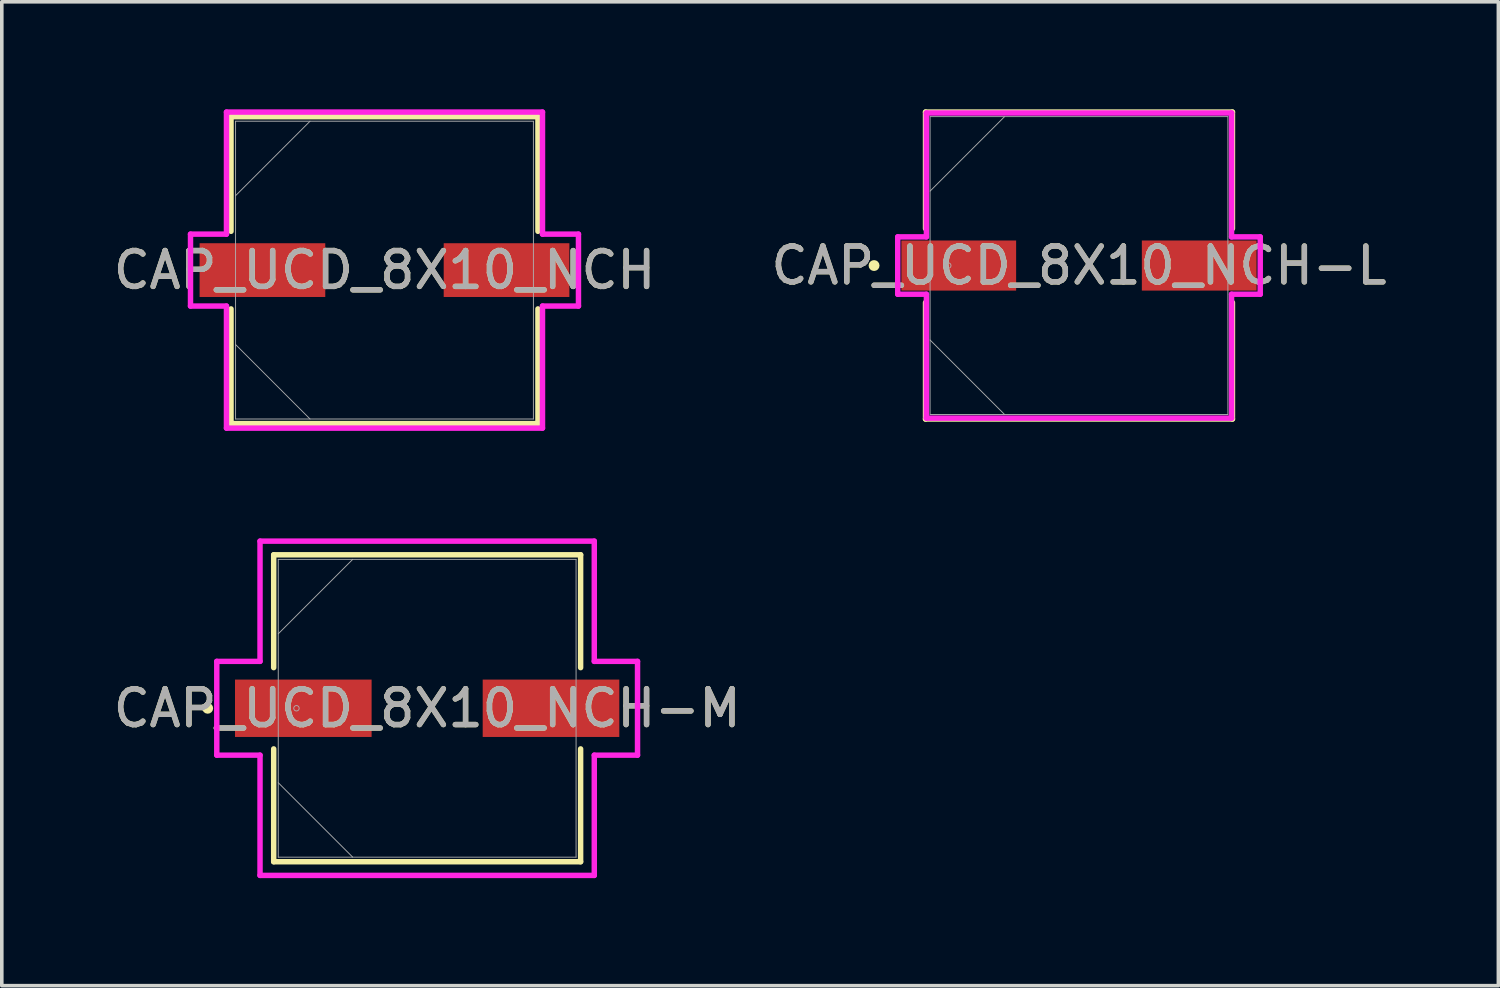
<source format=kicad_pcb>
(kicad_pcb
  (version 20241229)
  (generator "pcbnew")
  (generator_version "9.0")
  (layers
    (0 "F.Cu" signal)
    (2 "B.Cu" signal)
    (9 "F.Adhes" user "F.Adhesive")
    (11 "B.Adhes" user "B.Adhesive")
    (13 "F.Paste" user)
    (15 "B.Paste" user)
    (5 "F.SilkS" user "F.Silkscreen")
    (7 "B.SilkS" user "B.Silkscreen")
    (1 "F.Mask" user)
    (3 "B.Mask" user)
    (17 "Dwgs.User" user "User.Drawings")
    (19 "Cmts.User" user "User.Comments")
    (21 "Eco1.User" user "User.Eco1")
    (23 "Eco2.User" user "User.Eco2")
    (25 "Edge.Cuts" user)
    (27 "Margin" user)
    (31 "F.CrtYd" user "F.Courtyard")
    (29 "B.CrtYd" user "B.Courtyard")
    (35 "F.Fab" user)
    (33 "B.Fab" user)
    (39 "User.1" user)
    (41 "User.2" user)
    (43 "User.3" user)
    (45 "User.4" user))
  (footprint "CAP_UCD_8X10_NCH-L"
    (layer "F.Cu")
    (at 27.042 4.356)
    (property "Reference" "CAP_UCD_8X10_NCH-L" (at 0 0 0) (unlocked yes) (layer "F.SilkS") (effects (font (size 1 1) (thickness 0.15))))
    (attr smd)
    (fp_line (start -4.28 -4.28) (end -4.28 -1.031) (stroke (width 0.152) (type solid)) (layer "F.SilkS"))
    (fp_line (start -4.28 1.031) (end -4.28 4.28) (stroke (width 0.152) (type solid)) (layer "F.SilkS"))
    (fp_line (start -4.28 4.28) (end 4.28 4.28) (stroke (width 0.152) (type solid)) (layer "F.SilkS"))
    (fp_line (start 4.28 -4.28) (end -4.28 -4.28) (stroke (width 0.152) (type solid)) (layer "F.SilkS"))
    (fp_line (start 4.28 -1.031) (end 4.28 -4.28) (stroke (width 0.152) (type solid)) (layer "F.SilkS"))
    (fp_line (start 4.28 4.28) (end 4.28 1.031) (stroke (width 0.152) (type solid)) (layer "F.SilkS"))
    (fp_circle (center -5.715 0) (end -5.639 0) (stroke (width 0.152) (type solid)) (fill no) (layer "F.SilkS"))
    (fp_line (start -5.055 -0.8) (end -4.255 -0.8) (stroke (width 0.152) (type solid)) (layer "F.CrtYd"))
    (fp_line (start -5.055 0.8) (end -5.055 -0.8) (stroke (width 0.152) (type solid)) (layer "F.CrtYd"))
    (fp_line (start -4.255 -4.255) (end 4.255 -4.255) (stroke (width 0.152) (type solid)) (layer "F.CrtYd"))
    (fp_line (start -4.255 -0.8) (end -4.255 -4.255) (stroke (width 0.152) (type solid)) (layer "F.CrtYd"))
    (fp_line (start -4.255 0.8) (end -5.055 0.8) (stroke (width 0.152) (type solid)) (layer "F.CrtYd"))
    (fp_line (start -4.255 4.255) (end -4.255 0.8) (stroke (width 0.152) (type solid)) (layer "F.CrtYd"))
    (fp_line (start 4.255 -4.255) (end 4.255 -0.8) (stroke (width 0.152) (type solid)) (layer "F.CrtYd"))
    (fp_line (start 4.255 -0.8) (end 5.055 -0.8) (stroke (width 0.152) (type solid)) (layer "F.CrtYd"))
    (fp_line (start 4.255 0.8) (end 4.255 4.255) (stroke (width 0.152) (type solid)) (layer "F.CrtYd"))
    (fp_line (start 4.255 4.255) (end -4.255 4.255) (stroke (width 0.152) (type solid)) (layer "F.CrtYd"))
    (fp_line (start 5.055 -0.8) (end 5.055 0.8) (stroke (width 0.152) (type solid)) (layer "F.CrtYd"))
    (fp_line (start 5.055 0.8) (end 4.255 0.8) (stroke (width 0.152) (type solid)) (layer "F.CrtYd"))
    (fp_line (start -4.153 -4.153) (end -4.153 4.153) (stroke (width 0.025) (type solid)) (layer "F.Fab"))
    (fp_line (start -4.153 -2.076) (end -2.076 -4.153) (stroke (width 0.025) (type solid)) (layer "F.Fab"))
    (fp_line (start -4.153 2.076) (end -2.076 4.153) (stroke (width 0.025) (type solid)) (layer "F.Fab"))
    (fp_line (start -4.153 4.153) (end 4.153 4.153) (stroke (width 0.025) (type solid)) (layer "F.Fab"))
    (fp_line (start 4.153 -4.153) (end -4.153 -4.153) (stroke (width 0.025) (type solid)) (layer "F.Fab"))
    (fp_line (start 4.153 4.153) (end 4.153 -4.153) (stroke (width 0.025) (type solid)) (layer "F.Fab"))
    (fp_circle (center -3.645 0) (end -3.569 0) (stroke (width 0.025) (type solid)) (fill no) (layer "F.Fab"))
    (fp_text user "${REFERENCE}" (at 0 0 0) (unlocked yes) (layer "F.Fab") (effects (font (size 1 1) (thickness 0.15))))
    (pad "1" smd rect (at -3.353 0) (size 3.2 1.397) (layers "F.Cu" "F.Mask" "F.Paste"))
    (pad "2" smd rect (at 3.353 0) (size 3.2 1.397) (layers "F.Cu" "F.Mask" "F.Paste"))
    (zone (net_name "") (layer "F.Cu") (hatch full 0.508) (connect_pads) (min_thickness 0.254) (filled_areas_thickness no) (keepout (tracks not_allowed) (vias not_allowed) (pads allowed) (copperpour not_allowed) (footprints allowed)) (placement (enabled no)) (fill) (polygon (pts (xy 22.94 0.254) (xy 31.144 0.254) (xy 31.144 3.607) (xy 22.94 3.607))))
    (zone (net_name "") (layer "F.Cu") (hatch full 0.508) (connect_pads) (min_thickness 0.254) (filled_areas_thickness no) (keepout (tracks not_allowed) (vias not_allowed) (pads allowed) (copperpour not_allowed) (footprints allowed)) (placement (enabled no)) (fill) (polygon (pts (xy 22.94 5.105) (xy 31.144 5.105) (xy 31.144 8.458) (xy 22.94 8.458))))
    (zone (net_name "") (layer "F.Cu") (hatch full 0.508) (connect_pads) (min_thickness 0.254) (filled_areas_thickness no) (keepout (tracks not_allowed) (vias not_allowed) (pads allowed) (copperpour not_allowed) (footprints allowed)) (placement (enabled no)) (fill) (polygon (pts (xy 25.34 3.607) (xy 28.743 3.607) (xy 28.743 5.105) (xy 25.34 5.105)))))
  (footprint "CAP_UCD_8X10_NCH"
    (layer "F.Cu")
    (at 7.673 4.483)
    (property "Reference" "CAP_UCD_8X10_NCH" (at 0 0 0) (unlocked yes) (layer "F.SilkS") (effects (font (size 1 1) (thickness 0.15))))
    (attr smd)
    (fp_line (start -4.28 -4.28) (end -4.28 -1.082) (stroke (width 0.152) (type solid)) (layer "F.SilkS"))
    (fp_line (start -4.28 1.082) (end -4.28 4.28) (stroke (width 0.152) (type solid)) (layer "F.SilkS"))
    (fp_line (start -4.28 4.28) (end 4.28 4.28) (stroke (width 0.152) (type solid)) (layer "F.SilkS"))
    (fp_line (start 4.28 -4.28) (end -4.28 -4.28) (stroke (width 0.152) (type solid)) (layer "F.SilkS"))
    (fp_line (start 4.28 -1.082) (end 4.28 -4.28) (stroke (width 0.152) (type solid)) (layer "F.SilkS"))
    (fp_line (start 4.28 4.28) (end 4.28 1.082) (stroke (width 0.152) (type solid)) (layer "F.SilkS"))
    (fp_line (start -5.41 -1.003) (end -4.407 -1.003) (stroke (width 0.152) (type solid)) (layer "F.CrtYd"))
    (fp_line (start -5.41 1.003) (end -5.41 -1.003) (stroke (width 0.152) (type solid)) (layer "F.CrtYd"))
    (fp_line (start -4.407 -4.407) (end 4.407 -4.407) (stroke (width 0.152) (type solid)) (layer "F.CrtYd"))
    (fp_line (start -4.407 -1.003) (end -4.407 -4.407) (stroke (width 0.152) (type solid)) (layer "F.CrtYd"))
    (fp_line (start -4.407 1.003) (end -5.41 1.003) (stroke (width 0.152) (type solid)) (layer "F.CrtYd"))
    (fp_line (start -4.407 4.407) (end -4.407 1.003) (stroke (width 0.152) (type solid)) (layer "F.CrtYd"))
    (fp_line (start 4.407 -4.407) (end 4.407 -1.003) (stroke (width 0.152) (type solid)) (layer "F.CrtYd"))
    (fp_line (start 4.407 -1.003) (end 5.41 -1.003) (stroke (width 0.152) (type solid)) (layer "F.CrtYd"))
    (fp_line (start 4.407 1.003) (end 4.407 4.407) (stroke (width 0.152) (type solid)) (layer "F.CrtYd"))
    (fp_line (start 4.407 4.407) (end -4.407 4.407) (stroke (width 0.152) (type solid)) (layer "F.CrtYd"))
    (fp_line (start 5.41 -1.003) (end 5.41 1.003) (stroke (width 0.152) (type solid)) (layer "F.CrtYd"))
    (fp_line (start 5.41 1.003) (end 4.407 1.003) (stroke (width 0.152) (type solid)) (layer "F.CrtYd"))
    (fp_line (start -4.153 -4.153) (end -4.153 4.153) (stroke (width 0.025) (type solid)) (layer "F.Fab"))
    (fp_line (start -4.153 -2.076) (end -2.076 -4.153) (stroke (width 0.025) (type solid)) (layer "F.Fab"))
    (fp_line (start -4.153 2.076) (end -2.076 4.153) (stroke (width 0.025) (type solid)) (layer "F.Fab"))
    (fp_line (start -4.153 4.153) (end 4.153 4.153) (stroke (width 0.025) (type solid)) (layer "F.Fab"))
    (fp_line (start 4.153 -4.153) (end -4.153 -4.153) (stroke (width 0.025) (type solid)) (layer "F.Fab"))
    (fp_line (start 4.153 4.153) (end 4.153 -4.153) (stroke (width 0.025) (type solid)) (layer "F.Fab"))
    (fp_circle (center -3.645 0) (end -3.645 0) (stroke (width 0.025) (type solid)) (fill no) (layer "F.Fab"))
    (fp_text user "${REFERENCE}" (at 0 0 0) (unlocked yes) (layer "F.Fab") (effects (font (size 1 1) (thickness 0.15))))
    (pad "1" smd rect (at -3.404 0) (size 3.505 1.499) (layers "F.Cu" "F.Mask" "F.Paste"))
    (pad "2" smd rect (at 3.404 0) (size 3.505 1.499) (layers "F.Cu" "F.Mask" "F.Paste"))
    (zone (net_name "") (layer "F.Cu") (hatch full 0.508) (connect_pads) (min_thickness 0.254) (filled_areas_thickness no) (keepout (tracks not_allowed) (vias not_allowed) (pads allowed) (copperpour not_allowed) (footprints allowed)) (placement (enabled no)) (fill) (polygon (pts (xy 3.571 0.381) (xy 11.775 0.381) (xy 11.775 3.683) (xy 3.571 3.683))))
    (zone (net_name "") (layer "F.Cu") (hatch full 0.508) (connect_pads) (min_thickness 0.254) (filled_areas_thickness no) (keepout (tracks not_allowed) (vias not_allowed) (pads allowed) (copperpour not_allowed) (footprints allowed)) (placement (enabled no)) (fill) (polygon (pts (xy 3.571 5.283) (xy 11.775 5.283) (xy 11.775 8.585) (xy 3.571 8.585))))
    (zone (net_name "") (layer "F.Cu") (hatch full 0.508) (connect_pads) (min_thickness 0.254) (filled_areas_thickness no) (keepout (tracks not_allowed) (vias not_allowed) (pads allowed) (copperpour not_allowed) (footprints allowed)) (placement (enabled no)) (fill) (polygon (pts (xy 6.072 3.683) (xy 9.273 3.683) (xy 9.273 5.283) (xy 6.072 5.283)))))
  (footprint "CAP_UCD_8X10_NCH-M"
    (layer "F.Cu")
    (at 8.863 16.703)
    (property "Reference" "CAP_UCD_8X10_NCH-M" (at 0 0 0) (unlocked yes) (layer "F.SilkS") (effects (font (size 1 1) (thickness 0.15))))
    (attr smd)
    (fp_line (start -4.28 -4.28) (end -4.28 -1.133) (stroke (width 0.152) (type solid)) (layer "F.SilkS"))
    (fp_line (start -4.28 1.133) (end -4.28 4.28) (stroke (width 0.152) (type solid)) (layer "F.SilkS"))
    (fp_line (start -4.28 4.28) (end 4.28 4.28) (stroke (width 0.152) (type solid)) (layer "F.SilkS"))
    (fp_line (start 4.28 -4.28) (end -4.28 -4.28) (stroke (width 0.152) (type solid)) (layer "F.SilkS"))
    (fp_line (start 4.28 -1.133) (end 4.28 -4.28) (stroke (width 0.152) (type solid)) (layer "F.SilkS"))
    (fp_line (start 4.28 4.28) (end 4.28 1.133) (stroke (width 0.152) (type solid)) (layer "F.SilkS"))
    (fp_circle (center -6.121 0) (end -6.045 0) (stroke (width 0.152) (type solid)) (fill no) (layer "F.SilkS"))
    (fp_line (start -5.867 -1.308) (end -4.661 -1.308) (stroke (width 0.152) (type solid)) (layer "F.CrtYd"))
    (fp_line (start -5.867 1.308) (end -5.867 -1.308) (stroke (width 0.152) (type solid)) (layer "F.CrtYd"))
    (fp_line (start -4.661 -4.661) (end 4.661 -4.661) (stroke (width 0.152) (type solid)) (layer "F.CrtYd"))
    (fp_line (start -4.661 -1.308) (end -4.661 -4.661) (stroke (width 0.152) (type solid)) (layer "F.CrtYd"))
    (fp_line (start -4.661 1.308) (end -5.867 1.308) (stroke (width 0.152) (type solid)) (layer "F.CrtYd"))
    (fp_line (start -4.661 4.661) (end -4.661 1.308) (stroke (width 0.152) (type solid)) (layer "F.CrtYd"))
    (fp_line (start 4.661 -4.661) (end 4.661 -1.308) (stroke (width 0.152) (type solid)) (layer "F.CrtYd"))
    (fp_line (start 4.661 -1.308) (end 5.867 -1.308) (stroke (width 0.152) (type solid)) (layer "F.CrtYd"))
    (fp_line (start 4.661 1.308) (end 4.661 4.661) (stroke (width 0.152) (type solid)) (layer "F.CrtYd"))
    (fp_line (start 4.661 4.661) (end -4.661 4.661) (stroke (width 0.152) (type solid)) (layer "F.CrtYd"))
    (fp_line (start 5.867 -1.308) (end 5.867 1.308) (stroke (width 0.152) (type solid)) (layer "F.CrtYd"))
    (fp_line (start 5.867 1.308) (end 4.661 1.308) (stroke (width 0.152) (type solid)) (layer "F.CrtYd"))
    (fp_line (start -4.153 -4.153) (end -4.153 4.153) (stroke (width 0.025) (type solid)) (layer "F.Fab"))
    (fp_line (start -4.153 -2.076) (end -2.076 -4.153) (stroke (width 0.025) (type solid)) (layer "F.Fab"))
    (fp_line (start -4.153 2.076) (end -2.076 4.153) (stroke (width 0.025) (type solid)) (layer "F.Fab"))
    (fp_line (start -4.153 4.153) (end 4.153 4.153) (stroke (width 0.025) (type solid)) (layer "F.Fab"))
    (fp_line (start 4.153 -4.153) (end -4.153 -4.153) (stroke (width 0.025) (type solid)) (layer "F.Fab"))
    (fp_line (start 4.153 4.153) (end 4.153 -4.153) (stroke (width 0.025) (type solid)) (layer "F.Fab"))
    (fp_circle (center -3.645 0) (end -3.569 0) (stroke (width 0.025) (type solid)) (fill no) (layer "F.Fab"))
    (fp_text user "${REFERENCE}" (at 0 0 0) (unlocked yes) (layer "F.Fab") (effects (font (size 1 1) (thickness 0.15))))
    (pad "1" smd rect (at -3.454 0) (size 3.81 1.6) (layers "F.Cu" "F.Mask" "F.Paste"))
    (pad "2" smd rect (at 3.454 0) (size 3.81 1.6) (layers "F.Cu" "F.Mask" "F.Paste"))
    (zone (net_name "") (layer "F.Cu") (hatch full 0.508) (connect_pads) (min_thickness 0.254) (filled_areas_thickness no) (keepout (tracks not_allowed) (vias not_allowed) (pads allowed) (copperpour not_allowed) (footprints allowed)) (placement (enabled no)) (fill) (polygon (pts (xy 4.761 12.601) (xy 12.965 12.601) (xy 12.965 15.852) (xy 4.761 15.852))))
    (zone (net_name "") (layer "F.Cu") (hatch full 0.508) (connect_pads) (min_thickness 0.254) (filled_areas_thickness no) (keepout (tracks not_allowed) (vias not_allowed) (pads allowed) (copperpour not_allowed) (footprints allowed)) (placement (enabled no)) (fill) (polygon (pts (xy 4.761 17.554) (xy 12.965 17.554) (xy 12.965 20.805) (xy 4.761 20.805))))
    (zone (net_name "") (layer "F.Cu") (hatch full 0.508) (connect_pads) (min_thickness 0.254) (filled_areas_thickness no) (keepout (tracks not_allowed) (vias not_allowed) (pads allowed) (copperpour not_allowed) (footprints allowed)) (placement (enabled no)) (fill) (polygon (pts (xy 7.364 15.852) (xy 10.362 15.852) (xy 10.362 17.554) (xy 7.364 17.554)))))
  (gr_rect
    (start -3 -3)
    (end 38.738 24.44)
    (stroke (width 0.1) (type default))
    (fill no)
    (layer "Edge.Cuts")))
</source>
